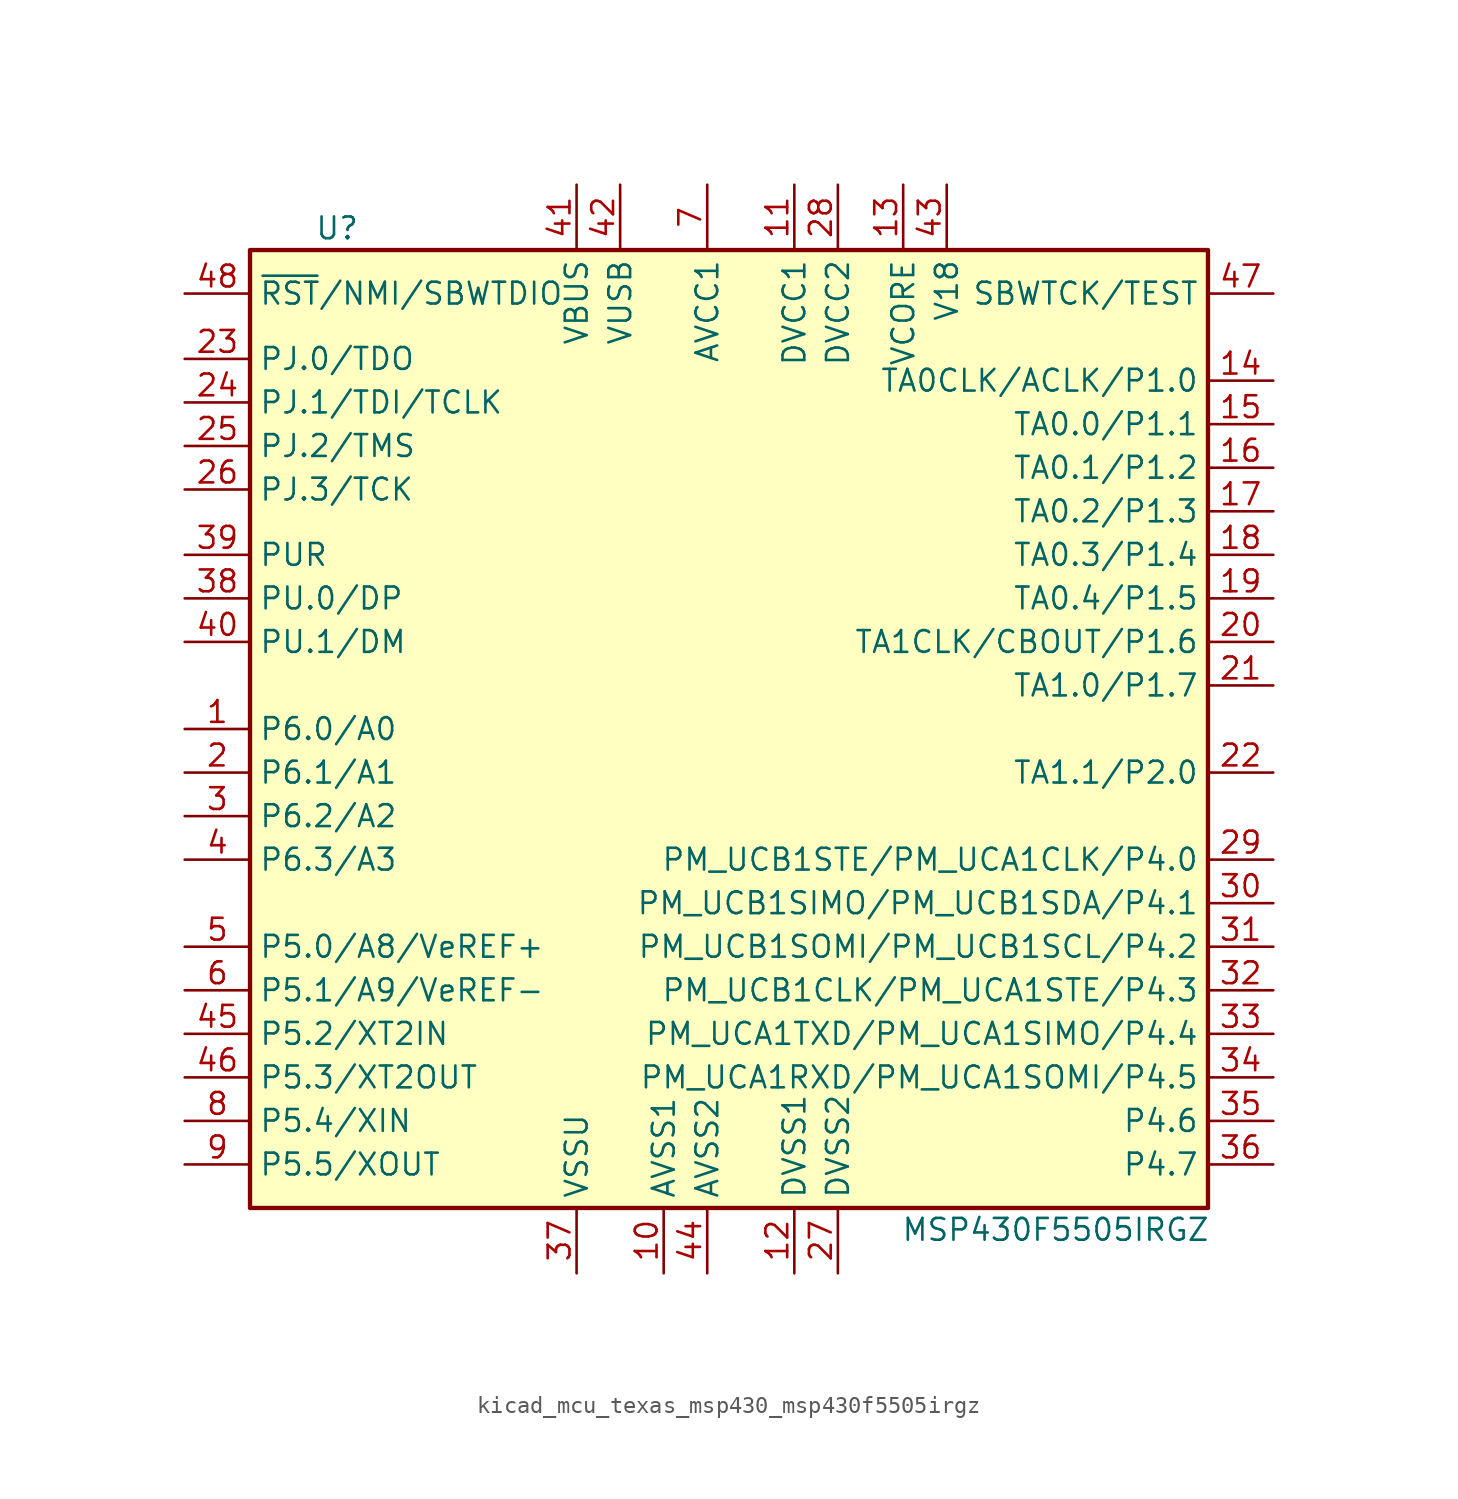
<source format=kicad_sym>
(kicad_symbol_lib
  (version 20220914)
  (generator kicad_symbol_editor)
  (symbol "kicad_mcu_texas_msp430_msp430f5505irgz"
    (property "Reference" "U"
      (at -21.59 29.21 0)
      (effects (font (size 1.27 1.27))))
    (property "Value" "MSP430F5505IRGZ"
      (at 20.32 -29.21 0)
      (effects (font (size 1.27 1.27))))
    (symbol "kicad_mcu_texas_msp430_msp430f5505irgz_0_1"
      (rectangle (start -26.67 27.94) (end 29.21 -27.94) (stroke (width 0.254) (type default)) (fill (type background))))
    (symbol "kicad_mcu_texas_msp430_msp430f5505irgz_1_1"
      (pin bidirectional line (at -30.48 0 0) (length 3.81) (name "P6.0/A0" (effects (font (size 1.27 1.27)))) (number "1" (effects (font (size 1.27 1.27)))))
      (pin power_in line (at -2.54 -31.75 90) (length 3.81) (name "AVSS1" (effects (font (size 1.27 1.27)))) (number "10" (effects (font (size 1.27 1.27)))))
      (pin power_in line (at 5.08 31.75 270) (length 3.81) (name "DVCC1" (effects (font (size 1.27 1.27)))) (number "11" (effects (font (size 1.27 1.27)))))
      (pin power_in line (at 5.08 -31.75 90) (length 3.81) (name "DVSS1" (effects (font (size 1.27 1.27)))) (number "12" (effects (font (size 1.27 1.27)))))
      (pin passive line (at 11.43 31.75 270) (length 3.81) (name "VCORE" (effects (font (size 1.27 1.27)))) (number "13" (effects (font (size 1.27 1.27)))))
      (pin bidirectional line (at 33.02 20.32 180) (length 3.81) (name "TA0CLK/ACLK/P1.0" (effects (font (size 1.27 1.27)))) (number "14" (effects (font (size 1.27 1.27)))))
      (pin bidirectional line (at 33.02 17.78 180) (length 3.81) (name "TA0.0/P1.1" (effects (font (size 1.27 1.27)))) (number "15" (effects (font (size 1.27 1.27)))))
      (pin bidirectional line (at 33.02 15.24 180) (length 3.81) (name "TA0.1/P1.2" (effects (font (size 1.27 1.27)))) (number "16" (effects (font (size 1.27 1.27)))))
      (pin bidirectional line (at 33.02 12.7 180) (length 3.81) (name "TA0.2/P1.3" (effects (font (size 1.27 1.27)))) (number "17" (effects (font (size 1.27 1.27)))))
      (pin bidirectional line (at 33.02 10.16 180) (length 3.81) (name "TA0.3/P1.4" (effects (font (size 1.27 1.27)))) (number "18" (effects (font (size 1.27 1.27)))))
      (pin bidirectional line (at 33.02 7.62 180) (length 3.81) (name "TA0.4/P1.5" (effects (font (size 1.27 1.27)))) (number "19" (effects (font (size 1.27 1.27)))))
      (pin bidirectional line (at -30.48 -2.54 0) (length 3.81) (name "P6.1/A1" (effects (font (size 1.27 1.27)))) (number "2" (effects (font (size 1.27 1.27)))))
      (pin bidirectional line (at 33.02 5.08 180) (length 3.81) (name "TA1CLK/CBOUT/P1.6" (effects (font (size 1.27 1.27)))) (number "20" (effects (font (size 1.27 1.27)))))
      (pin bidirectional line (at 33.02 2.54 180) (length 3.81) (name "TA1.0/P1.7" (effects (font (size 1.27 1.27)))) (number "21" (effects (font (size 1.27 1.27)))))
      (pin bidirectional line (at 33.02 -2.54 180) (length 3.81) (name "TA1.1/P2.0" (effects (font (size 1.27 1.27)))) (number "22" (effects (font (size 1.27 1.27)))))
      (pin bidirectional line (at -30.48 21.59 0) (length 3.81) (name "PJ.0/TDO" (effects (font (size 1.27 1.27)))) (number "23" (effects (font (size 1.27 1.27)))))
      (pin bidirectional line (at -30.48 19.05 0) (length 3.81) (name "PJ.1/TDI/TCLK" (effects (font (size 1.27 1.27)))) (number "24" (effects (font (size 1.27 1.27)))))
      (pin bidirectional line (at -30.48 16.51 0) (length 3.81) (name "PJ.2/TMS" (effects (font (size 1.27 1.27)))) (number "25" (effects (font (size 1.27 1.27)))))
      (pin bidirectional line (at -30.48 13.97 0) (length 3.81) (name "PJ.3/TCK" (effects (font (size 1.27 1.27)))) (number "26" (effects (font (size 1.27 1.27)))))
      (pin power_in line (at 7.62 -31.75 90) (length 3.81) (name "DVSS2" (effects (font (size 1.27 1.27)))) (number "27" (effects (font (size 1.27 1.27)))))
      (pin power_in line (at 7.62 31.75 270) (length 3.81) (name "DVCC2" (effects (font (size 1.27 1.27)))) (number "28" (effects (font (size 1.27 1.27)))))
      (pin bidirectional line (at 33.02 -7.62 180) (length 3.81) (name "PM_UCB1STE/PM_UCA1CLK/P4.0" (effects (font (size 1.27 1.27)))) (number "29" (effects (font (size 1.27 1.27)))))
      (pin bidirectional line (at -30.48 -5.08 0) (length 3.81) (name "P6.2/A2" (effects (font (size 1.27 1.27)))) (number "3" (effects (font (size 1.27 1.27)))))
      (pin bidirectional line (at 33.02 -10.16 180) (length 3.81) (name "PM_UCB1SIMO/PM_UCB1SDA/P4.1" (effects (font (size 1.27 1.27)))) (number "30" (effects (font (size 1.27 1.27)))))
      (pin bidirectional line (at 33.02 -12.7 180) (length 3.81) (name "PM_UCB1SOMI/PM_UCB1SCL/P4.2" (effects (font (size 1.27 1.27)))) (number "31" (effects (font (size 1.27 1.27)))))
      (pin bidirectional line (at 33.02 -15.24 180) (length 3.81) (name "PM_UCB1CLK/PM_UCA1STE/P4.3" (effects (font (size 1.27 1.27)))) (number "32" (effects (font (size 1.27 1.27)))))
      (pin bidirectional line (at 33.02 -17.78 180) (length 3.81) (name "PM_UCA1TXD/PM_UCA1SIMO/P4.4" (effects (font (size 1.27 1.27)))) (number "33" (effects (font (size 1.27 1.27)))))
      (pin bidirectional line (at 33.02 -20.32 180) (length 3.81) (name "PM_UCA1RXD/PM_UCA1SOMI/P4.5" (effects (font (size 1.27 1.27)))) (number "34" (effects (font (size 1.27 1.27)))))
      (pin bidirectional line (at 33.02 -22.86 180) (length 3.81) (name "P4.6" (effects (font (size 1.27 1.27)))) (number "35" (effects (font (size 1.27 1.27)))))
      (pin bidirectional line (at 33.02 -25.4 180) (length 3.81) (name "P4.7" (effects (font (size 1.27 1.27)))) (number "36" (effects (font (size 1.27 1.27)))))
      (pin power_in line (at -7.62 -31.75 90) (length 3.81) (name "VSSU" (effects (font (size 1.27 1.27)))) (number "37" (effects (font (size 1.27 1.27)))))
      (pin bidirectional line (at -30.48 7.62 0) (length 3.81) (name "PU.0/DP" (effects (font (size 1.27 1.27)))) (number "38" (effects (font (size 1.27 1.27)))))
      (pin bidirectional line (at -30.48 10.16 0) (length 3.81) (name "PUR" (effects (font (size 1.27 1.27)))) (number "39" (effects (font (size 1.27 1.27)))))
      (pin bidirectional line (at -30.48 -7.62 0) (length 3.81) (name "P6.3/A3" (effects (font (size 1.27 1.27)))) (number "4" (effects (font (size 1.27 1.27)))))
      (pin bidirectional line (at -30.48 5.08 0) (length 3.81) (name "PU.1/DM" (effects (font (size 1.27 1.27)))) (number "40" (effects (font (size 1.27 1.27)))))
      (pin power_in line (at -7.62 31.75 270) (length 3.81) (name "VBUS" (effects (font (size 1.27 1.27)))) (number "41" (effects (font (size 1.27 1.27)))))
      (pin power_out line (at -5.08 31.75 270) (length 3.81) (name "VUSB" (effects (font (size 1.27 1.27)))) (number "42" (effects (font (size 1.27 1.27)))))
      (pin passive line (at 13.97 31.75 270) (length 3.81) (name "V18" (effects (font (size 1.27 1.27)))) (number "43" (effects (font (size 1.27 1.27)))))
      (pin power_in line (at 0 -31.75 90) (length 3.81) (name "AVSS2" (effects (font (size 1.27 1.27)))) (number "44" (effects (font (size 1.27 1.27)))))
      (pin bidirectional line (at -30.48 -17.78 0) (length 3.81) (name "P5.2/XT2IN" (effects (font (size 1.27 1.27)))) (number "45" (effects (font (size 1.27 1.27)))))
      (pin bidirectional line (at -30.48 -20.32 0) (length 3.81) (name "P5.3/XT2OUT" (effects (font (size 1.27 1.27)))) (number "46" (effects (font (size 1.27 1.27)))))
      (pin input line (at 33.02 25.4 180) (length 3.81) (name "SBWTCK/TEST" (effects (font (size 1.27 1.27)))) (number "47" (effects (font (size 1.27 1.27)))))
      (pin input line (at -30.48 25.4 0) (length 3.81) (name "~{RST}/NMI/SBWTDIO" (effects (font (size 1.27 1.27)))) (number "48" (effects (font (size 1.27 1.27)))))
      (pin bidirectional line (at -30.48 -12.7 0) (length 3.81) (name "P5.0/A8/VeREF+" (effects (font (size 1.27 1.27)))) (number "5" (effects (font (size 1.27 1.27)))))
      (pin bidirectional line (at -30.48 -15.24 0) (length 3.81) (name "P5.1/A9/VeREF-" (effects (font (size 1.27 1.27)))) (number "6" (effects (font (size 1.27 1.27)))))
      (pin power_in line (at 0 31.75 270) (length 3.81) (name "AVCC1" (effects (font (size 1.27 1.27)))) (number "7" (effects (font (size 1.27 1.27)))))
      (pin bidirectional line (at -30.48 -22.86 0) (length 3.81) (name "P5.4/XIN" (effects (font (size 1.27 1.27)))) (number "8" (effects (font (size 1.27 1.27)))))
      (pin bidirectional line (at -30.48 -25.4 0) (length 3.81) (name "P5.5/XOUT" (effects (font (size 1.27 1.27)))) (number "9" (effects (font (size 1.27 1.27))))))))
</source>
